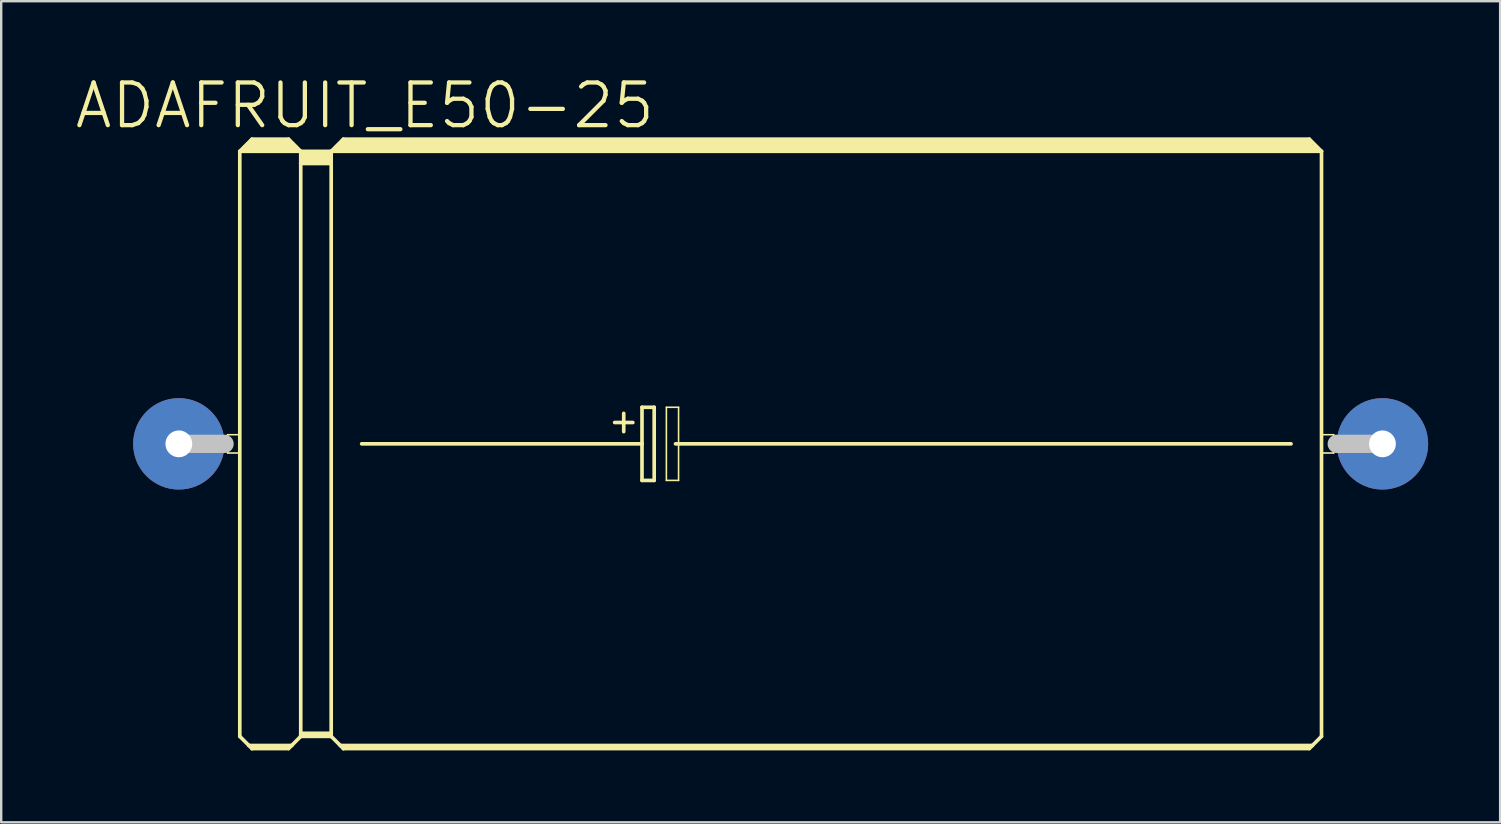
<source format=kicad_pcb>
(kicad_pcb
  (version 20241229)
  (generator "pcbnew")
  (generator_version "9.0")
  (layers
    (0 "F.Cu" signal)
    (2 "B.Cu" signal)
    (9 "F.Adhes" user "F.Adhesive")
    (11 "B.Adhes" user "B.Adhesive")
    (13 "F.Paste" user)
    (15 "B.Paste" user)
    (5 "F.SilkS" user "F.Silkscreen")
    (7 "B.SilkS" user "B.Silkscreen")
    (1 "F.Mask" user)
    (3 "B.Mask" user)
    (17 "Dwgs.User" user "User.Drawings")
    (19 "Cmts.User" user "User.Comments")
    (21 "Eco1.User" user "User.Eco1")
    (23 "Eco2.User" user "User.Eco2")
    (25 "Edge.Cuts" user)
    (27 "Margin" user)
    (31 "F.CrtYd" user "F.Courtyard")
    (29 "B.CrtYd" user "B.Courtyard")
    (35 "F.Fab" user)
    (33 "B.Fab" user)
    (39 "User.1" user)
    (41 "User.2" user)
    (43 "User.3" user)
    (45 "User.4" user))
  (footprint "ADAFRUIT_E50-25"
    (layer "F.Cu")
    (at 29.804 15.449)
    (property "Reference" "ADAFRUIT_E50-25" (at -17.65 -14.097 0) (layer "F.SilkS") (effects (font (size 1.778 1.778) (thickness 0.178))))
    (attr exclude_from_pos_files exclude_from_bom)
    (fp_line (start -23.368 -0.381) (end -22.86 -0.381) (stroke (width 0.066) (type solid)) (layer "F.SilkS"))
    (fp_line (start -23.368 0.381) (end -23.368 -0.381) (stroke (width 0.066) (type solid)) (layer "F.SilkS"))
    (fp_line (start -23.368 0.381) (end -22.86 0.381) (stroke (width 0.066) (type solid)) (layer "F.SilkS"))
    (fp_line (start -22.86 -12.192) (end -22.86 12.192) (stroke (width 0.152) (type solid)) (layer "F.SilkS"))
    (fp_line (start -22.86 -12.192) (end -22.352 -12.7) (stroke (width 0.152) (type solid)) (layer "F.SilkS"))
    (fp_line (start -22.86 -12.192) (end -20.32 -12.192) (stroke (width 0.152) (type solid)) (layer "F.SilkS"))
    (fp_line (start -22.86 0.381) (end -22.86 -0.381) (stroke (width 0.066) (type solid)) (layer "F.SilkS"))
    (fp_line (start -22.86 12.192) (end -22.479 12.573) (stroke (width 0.152) (type solid)) (layer "F.SilkS"))
    (fp_line (start -22.606 -12.319) (end -22.479 -12.319) (stroke (width 0.305) (type solid)) (layer "F.SilkS"))
    (fp_line (start -22.479 -12.319) (end -22.479 -12.446) (stroke (width 0.305) (type solid)) (layer "F.SilkS"))
    (fp_line (start -22.479 -12.319) (end -20.698 -12.319) (stroke (width 0.305) (type solid)) (layer "F.SilkS"))
    (fp_line (start -22.479 12.573) (end -22.352 12.7) (stroke (width 0.152) (type solid)) (layer "F.SilkS"))
    (fp_line (start -22.479 12.573) (end -20.698 12.573) (stroke (width 0.152) (type solid)) (layer "F.SilkS"))
    (fp_line (start -22.352 -12.7) (end -20.828 -12.7) (stroke (width 0.152) (type solid)) (layer "F.SilkS"))
    (fp_line (start -22.352 -12.573) (end -20.828 -12.573) (stroke (width 0.305) (type solid)) (layer "F.SilkS"))
    (fp_line (start -22.352 12.649) (end -20.828 12.649) (stroke (width 0.152) (type solid)) (layer "F.SilkS"))
    (fp_line (start -22.352 12.7) (end -22.352 12.649) (stroke (width 0.152) (type solid)) (layer "F.SilkS"))
    (fp_line (start -22.352 12.7) (end -20.828 12.7) (stroke (width 0.152) (type solid)) (layer "F.SilkS"))
    (fp_line (start -20.698 -12.319) (end -20.698 -12.446) (stroke (width 0.305) (type solid)) (layer "F.SilkS"))
    (fp_line (start -20.698 -12.319) (end -20.574 -12.319) (stroke (width 0.305) (type solid)) (layer "F.SilkS"))
    (fp_line (start -20.698 12.573) (end -20.828 12.7) (stroke (width 0.152) (type solid)) (layer "F.SilkS"))
    (fp_line (start -20.32 -12.192) (end -20.828 -12.7) (stroke (width 0.152) (type solid)) (layer "F.SilkS"))
    (fp_line (start -20.32 -12.192) (end -20.32 -11.684) (stroke (width 0.152) (type solid)) (layer "F.SilkS"))
    (fp_line (start -20.32 -12.192) (end -19.05 -12.192) (stroke (width 0.152) (type solid)) (layer "F.SilkS"))
    (fp_line (start -20.32 -11.684) (end -20.32 12.065) (stroke (width 0.152) (type solid)) (layer "F.SilkS"))
    (fp_line (start -20.32 -11.684) (end -19.05 -11.684) (stroke (width 0.152) (type solid)) (layer "F.SilkS"))
    (fp_line (start -20.32 12.065) (end -20.32 12.141) (stroke (width 0.152) (type solid)) (layer "F.SilkS"))
    (fp_line (start -20.32 12.065) (end -19.05 12.065) (stroke (width 0.152) (type solid)) (layer "F.SilkS"))
    (fp_line (start -20.32 12.141) (end -20.32 12.192) (stroke (width 0.152) (type solid)) (layer "F.SilkS"))
    (fp_line (start -20.32 12.141) (end -19.05 12.141) (stroke (width 0.152) (type solid)) (layer "F.SilkS"))
    (fp_line (start -20.32 12.192) (end -20.698 12.573) (stroke (width 0.152) (type solid)) (layer "F.SilkS"))
    (fp_line (start -20.32 12.192) (end -19.05 12.192) (stroke (width 0.152) (type solid)) (layer "F.SilkS"))
    (fp_line (start -20.193 -12.065) (end -19.177 -12.065) (stroke (width 0.305) (type solid)) (layer "F.SilkS"))
    (fp_line (start -20.193 -11.811) (end -19.177 -11.811) (stroke (width 0.305) (type solid)) (layer "F.SilkS"))
    (fp_line (start -19.05 -12.192) (end -19.05 -11.684) (stroke (width 0.152) (type solid)) (layer "F.SilkS"))
    (fp_line (start -19.05 -12.192) (end 22.225 -12.192) (stroke (width 0.152) (type solid)) (layer "F.SilkS"))
    (fp_line (start -19.05 -11.684) (end -19.05 12.065) (stroke (width 0.152) (type solid)) (layer "F.SilkS"))
    (fp_line (start -19.05 12.065) (end -19.05 12.141) (stroke (width 0.152) (type solid)) (layer "F.SilkS"))
    (fp_line (start -19.05 12.141) (end -19.05 12.192) (stroke (width 0.152) (type solid)) (layer "F.SilkS"))
    (fp_line (start -19.05 12.192) (end -18.669 12.573) (stroke (width 0.152) (type solid)) (layer "F.SilkS"))
    (fp_line (start -18.796 -12.319) (end -18.669 -12.319) (stroke (width 0.305) (type solid)) (layer "F.SilkS"))
    (fp_line (start -18.669 -12.319) (end -18.669 -12.446) (stroke (width 0.305) (type solid)) (layer "F.SilkS"))
    (fp_line (start -18.669 -12.319) (end 21.971 -12.319) (stroke (width 0.305) (type solid)) (layer "F.SilkS"))
    (fp_line (start -18.669 12.573) (end -18.542 12.7) (stroke (width 0.152) (type solid)) (layer "F.SilkS"))
    (fp_line (start -18.669 12.573) (end 21.844 12.573) (stroke (width 0.152) (type solid)) (layer "F.SilkS"))
    (fp_line (start -18.542 -12.7) (end -19.05 -12.192) (stroke (width 0.152) (type solid)) (layer "F.SilkS"))
    (fp_line (start -18.542 -12.7) (end 21.717 -12.7) (stroke (width 0.152) (type solid)) (layer "F.SilkS"))
    (fp_line (start -18.542 -12.573) (end 21.717 -12.573) (stroke (width 0.305) (type solid)) (layer "F.SilkS"))
    (fp_line (start -18.542 12.649) (end 21.717 12.649) (stroke (width 0.152) (type solid)) (layer "F.SilkS"))
    (fp_line (start -18.542 12.7) (end -18.542 12.649) (stroke (width 0.152) (type solid)) (layer "F.SilkS"))
    (fp_line (start -17.78 0) (end -6.096 0) (stroke (width 0.152) (type solid)) (layer "F.SilkS"))
    (fp_line (start -7.236 -0.889) (end -6.477 -0.889) (stroke (width 0.152) (type solid)) (layer "F.SilkS"))
    (fp_line (start -6.858 -1.27) (end -6.858 -0.508) (stroke (width 0.152) (type solid)) (layer "F.SilkS"))
    (fp_line (start -6.096 -1.524) (end -6.096 0) (stroke (width 0.152) (type solid)) (layer "F.SilkS"))
    (fp_line (start -6.096 0) (end -6.096 1.524) (stroke (width 0.152) (type solid)) (layer "F.SilkS"))
    (fp_line (start -6.096 1.524) (end -5.588 1.524) (stroke (width 0.152) (type solid)) (layer "F.SilkS"))
    (fp_line (start -5.588 -1.524) (end -6.096 -1.524) (stroke (width 0.152) (type solid)) (layer "F.SilkS"))
    (fp_line (start -5.588 1.524) (end -5.588 -1.524) (stroke (width 0.152) (type solid)) (layer "F.SilkS"))
    (fp_line (start -5.08 -1.524) (end -4.572 -1.524) (stroke (width 0.066) (type solid)) (layer "F.SilkS"))
    (fp_line (start -5.08 1.524) (end -5.08 -1.524) (stroke (width 0.066) (type solid)) (layer "F.SilkS"))
    (fp_line (start -5.08 1.524) (end -4.572 1.524) (stroke (width 0.066) (type solid)) (layer "F.SilkS"))
    (fp_line (start -4.699 0) (end 20.955 0) (stroke (width 0.152) (type solid)) (layer "F.SilkS"))
    (fp_line (start -4.572 1.524) (end -4.572 -1.524) (stroke (width 0.066) (type solid)) (layer "F.SilkS"))
    (fp_line (start 21.717 -12.7) (end 22.225 -12.192) (stroke (width 0.152) (type solid)) (layer "F.SilkS"))
    (fp_line (start 21.717 12.7) (end -18.542 12.7) (stroke (width 0.152) (type solid)) (layer "F.SilkS"))
    (fp_line (start 21.844 12.573) (end 21.717 12.7) (stroke (width 0.152) (type solid)) (layer "F.SilkS"))
    (fp_line (start 22.225 -12.192) (end 22.225 12.192) (stroke (width 0.152) (type solid)) (layer "F.SilkS"))
    (fp_line (start 22.225 -0.381) (end 22.733 -0.381) (stroke (width 0.066) (type solid)) (layer "F.SilkS"))
    (fp_line (start 22.225 0.381) (end 22.225 -0.381) (stroke (width 0.066) (type solid)) (layer "F.SilkS"))
    (fp_line (start 22.225 0.381) (end 22.733 0.381) (stroke (width 0.066) (type solid)) (layer "F.SilkS"))
    (fp_line (start 22.225 12.192) (end 21.844 12.573) (stroke (width 0.152) (type solid)) (layer "F.SilkS"))
    (fp_line (start 22.733 0.381) (end 22.733 -0.381) (stroke (width 0.066) (type solid)) (layer "F.SilkS"))
    (fp_line (start -25.4 0) (end -23.495 0) (stroke (width 0.762) (type solid)) (layer "Dwgs.User"))
    (fp_line (start 24.765 0) (end 22.86 0) (stroke (width 0.762) (type solid)) (layer "Dwgs.User"))
    (pad "+" thru_hole circle (at -25.4 0) (size 3.81 3.81) (drill 1.118) (layers "*.Cu" "*.Paste" "*.Mask"))
    (pad "-" thru_hole circle (at 24.765 0) (size 3.81 3.81) (drill 1.118) (layers "*.Cu" "*.Paste" "*.Mask")))
  (gr_rect
    (start -3 -3)
    (end 59.474 31.225)
    (stroke (width 0.1) (type default))
    (fill no)
    (layer "Edge.Cuts")))
</source>
